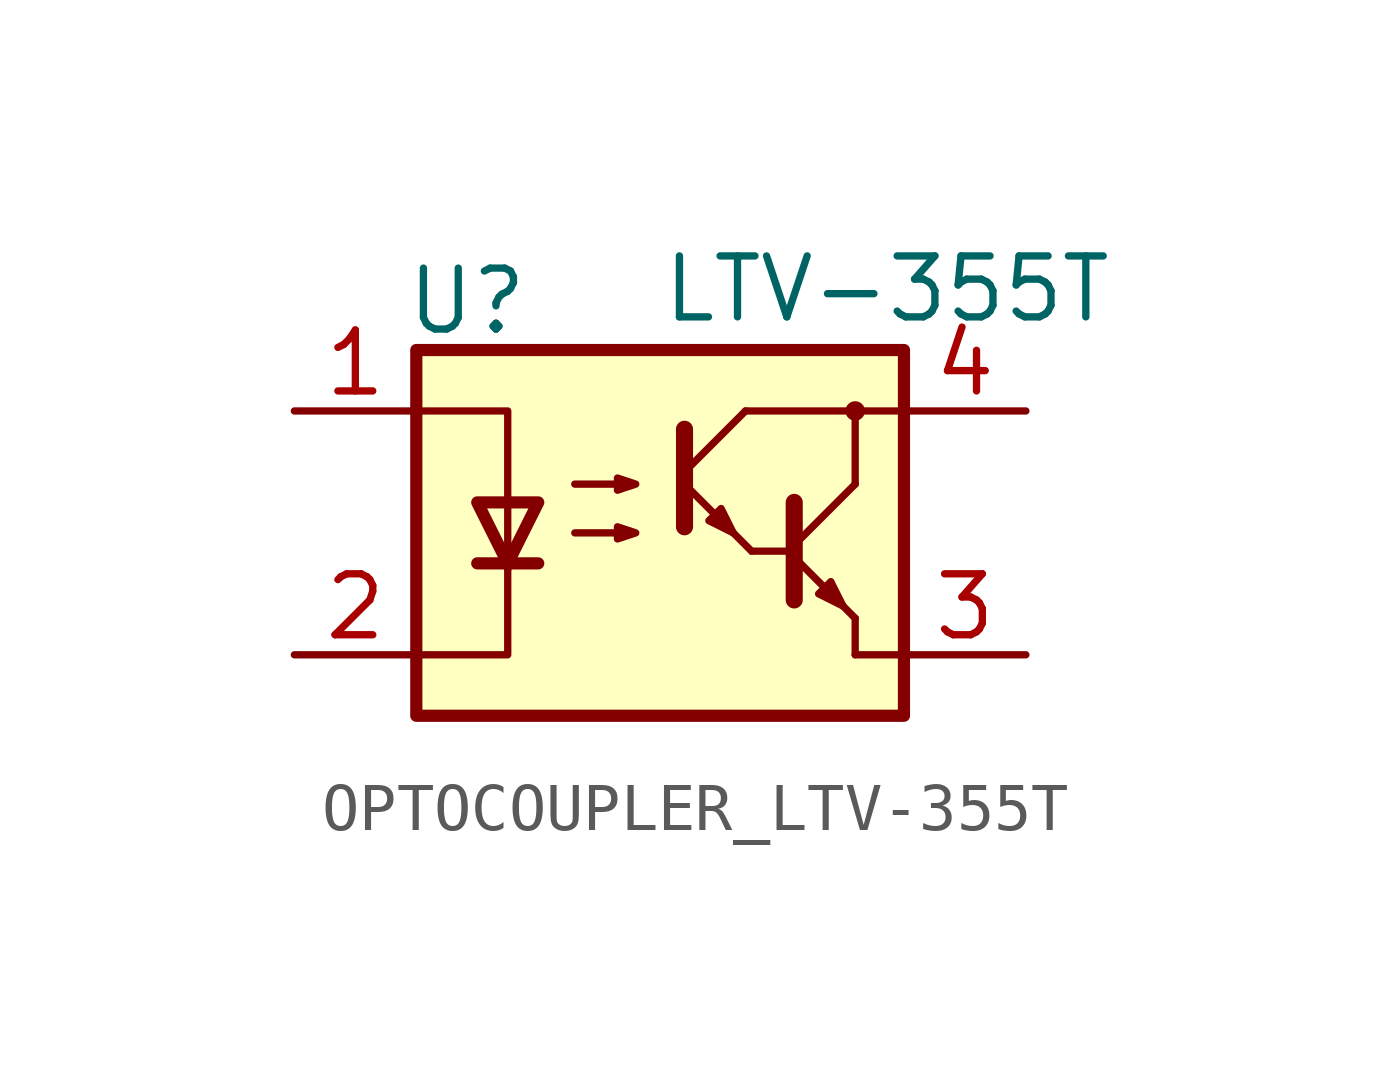
<source format=kicad_sym>
(kicad_symbol_lib
  (version 20241209)
  (generator "kicad_symbol_editor")
  (generator_version "9.0")
  (symbol "OPTOCOUPLER_LTV-355T"
    (pin_names
      (offset 1.016))
    (property "Reference" "U"
      (at -5.334 4.826 0)
      (effects (font (size 1.27 1.27)) (justify left)))
    (property "Value" "LTV-355T"
      (at 0 5.08 0)
      (effects (font (size 1.27 1.27)) (justify left)))
    (symbol "OPTOCOUPLER_LTV-355T_0_1"
      (rectangle (start -5.08 3.81) (end 5.08 -3.81) (stroke (width 0.254) (type default)) (fill (type background)))
      (polyline (pts (xy -5.08 2.54) (xy -3.175 2.54) (xy -3.175 -0.762)) (stroke (width 0) (type default)) (fill (type none)))
      (polyline (pts (xy -3.81 -0.635) (xy -2.54 -0.635)) (stroke (width 0.254) (type default)) (fill (type none)))
      (polyline (pts (xy -3.175 -0.635) (xy -3.175 -2.54) (xy -5.08 -2.54)) (stroke (width 0) (type default)) (fill (type none)))
      (polyline (pts (xy -3.175 -0.635) (xy -3.81 0.635) (xy -2.54 0.635) (xy -3.175 -0.635)) (stroke (width 0.254) (type default)) (fill (type none)))
      (polyline (pts (xy -1.778 1.016) (xy -0.508 1.016) (xy -0.889 0.889) (xy -0.889 1.143) (xy -0.508 1.016)) (stroke (width 0) (type default)) (fill (type none)))
      (polyline (pts (xy -1.778 0) (xy -0.508 0) (xy -0.889 -0.127) (xy -0.889 0.127) (xy -0.508 0)) (stroke (width 0) (type default)) (fill (type none)))
      (polyline (pts (xy 0.508 2.159) (xy 0.508 0.127)) (stroke (width 0.356) (type default)) (fill (type none)))
      (polyline (pts (xy 0.508 1.27) (xy 1.778 2.54)) (stroke (width 0) (type default)) (fill (type none)))
      (polyline (pts (xy 0.508 1.016) (xy 1.905 -0.381)) (stroke (width 0) (type default)) (fill (type none)))
      (polyline (pts (xy 1.524 0) (xy 1.27 0.508) (xy 1.016 0.254) (xy 1.524 0)) (stroke (width 0) (type default)) (fill (type none)))
      (polyline (pts (xy 1.778 2.54) (xy 5.08 2.54)) (stroke (width 0) (type default)) (fill (type none)))
      (polyline (pts (xy 2.794 0.635) (xy 2.794 -1.397) (xy 2.794 -1.397)) (stroke (width 0.356) (type default)) (fill (type none)))
      (polyline (pts (xy 2.794 -0.254) (xy 4.064 1.016)) (stroke (width 0) (type default)) (fill (type none)))
      (polyline (pts (xy 2.794 -0.381) (xy 1.905 -0.381)) (stroke (width 0) (type default)) (fill (type none)))
      (polyline (pts (xy 2.794 -0.508) (xy 4.064 -1.778)) (stroke (width 0) (type default)) (fill (type none)))
      (polyline (pts (xy 3.81 -1.524) (xy 3.556 -1.016) (xy 3.302 -1.27) (xy 3.81 -1.524)) (stroke (width 0) (type default)) (fill (type none)))
      (circle (center 4.064 2.54) (radius 0.127) (stroke (width 0) (type default)) (fill (type none)))
      (polyline (pts (xy 4.064 1.016) (xy 4.064 2.54)) (stroke (width 0) (type default)) (fill (type none)))
      (polyline (pts (xy 4.064 -1.778) (xy 4.064 -2.54)) (stroke (width 0) (type default)) (fill (type none)))
      (polyline (pts (xy 4.064 -2.54) (xy 5.08 -2.54)) (stroke (width 0) (type default)) (fill (type none))))
    (symbol "OPTOCOUPLER_LTV-355T_1_1"
      (pin passive line (at -7.62 2.54 0) (length 2.54) (name "~" (effects (font (size 1.27 1.27)))) (number "1" (effects (font (size 1.27 1.27)))))
      (pin passive line (at -7.62 -2.54 0) (length 2.54) (name "~" (effects (font (size 1.27 1.27)))) (number "2" (effects (font (size 1.27 1.27)))))
      (pin passive line (at 7.62 2.54 180) (length 2.54) (name "~" (effects (font (size 1.27 1.27)))) (number "4" (effects (font (size 1.27 1.27)))))
      (pin passive line (at 7.62 -2.54 180) (length 2.54) (name "~" (effects (font (size 1.27 1.27)))) (number "3" (effects (font (size 1.27 1.27))))))))
</source>
